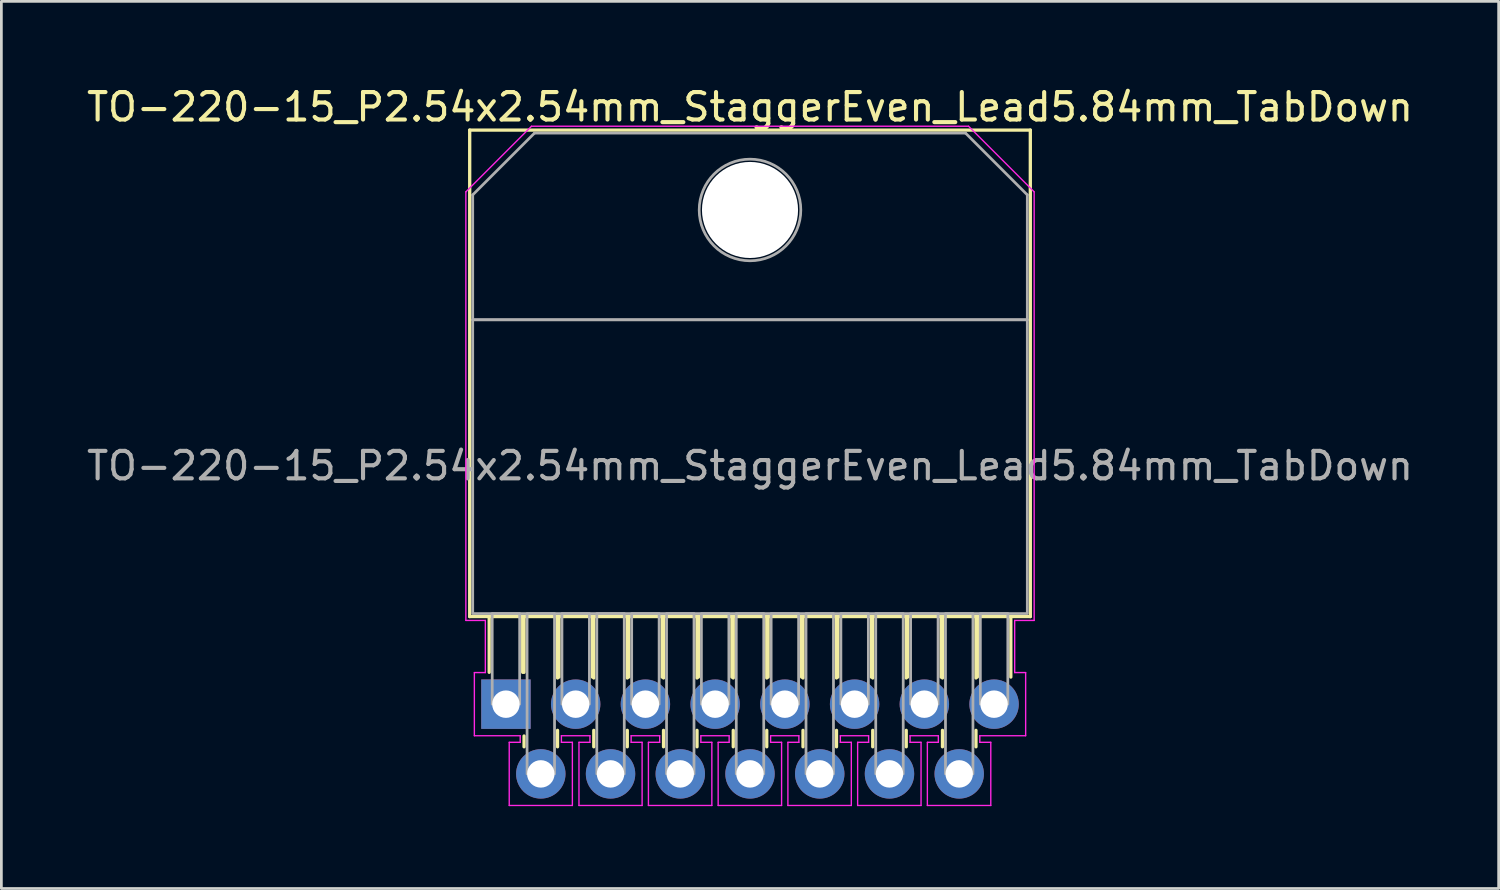
<source format=kicad_pcb>
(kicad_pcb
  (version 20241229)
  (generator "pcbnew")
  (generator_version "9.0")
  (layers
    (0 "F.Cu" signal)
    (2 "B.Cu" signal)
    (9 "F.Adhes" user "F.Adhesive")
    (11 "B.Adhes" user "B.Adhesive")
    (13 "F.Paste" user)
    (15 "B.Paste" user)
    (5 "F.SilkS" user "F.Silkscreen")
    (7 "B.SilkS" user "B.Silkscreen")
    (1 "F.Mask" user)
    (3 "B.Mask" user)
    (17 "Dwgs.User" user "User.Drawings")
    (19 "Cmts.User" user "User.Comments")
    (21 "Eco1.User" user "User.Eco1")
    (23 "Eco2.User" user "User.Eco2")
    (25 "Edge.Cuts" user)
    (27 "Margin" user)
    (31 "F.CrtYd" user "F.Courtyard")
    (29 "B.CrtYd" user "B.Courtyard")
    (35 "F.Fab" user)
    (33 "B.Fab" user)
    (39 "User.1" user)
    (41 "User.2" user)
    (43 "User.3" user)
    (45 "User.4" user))
  (footprint "TO-220-15_P2.54x2.54mm_StaggerEven_Lead5.84mm_TabDown"
    (layer "F.Cu")
    (at 15.378 22.598)
    (property "Reference" "TO-220-15_P2.54x2.54mm_StaggerEven_Lead5.84mm_TabDown" (at 8.89 -21.75 0) (layer "F.SilkS") (effects (font (size 1 1) (thickness 0.15))))
    (attr through_hole)
    (fp_line (start -1.32 -20.91) (end 19.1 -20.91) (stroke (width 0.12) (type solid)) (layer "F.SilkS"))
    (fp_line (start -1.32 -3.19) (end -1.32 -20.91) (stroke (width 0.12) (type solid)) (layer "F.SilkS"))
    (fp_line (start -1.32 -3.19) (end 19.1 -3.19) (stroke (width 0.12) (type solid)) (layer "F.SilkS"))
    (fp_line (start -0.61 -3.19) (end -0.61 -1.16) (stroke (width 0.12) (type solid)) (layer "F.SilkS"))
    (fp_line (start 0.61 -3.19) (end 0.61 -1.16) (stroke (width 0.12) (type solid)) (layer "F.SilkS"))
    (fp_line (start 0.66 -3.19) (end 0.66 -1.16) (stroke (width 0.12) (type solid)) (layer "F.SilkS"))
    (fp_line (start 0.66 1.16) (end 0.66 1.553) (stroke (width 0.12) (type solid)) (layer "F.SilkS"))
    (fp_line (start 1.88 -3.19) (end 1.88 -0.954) (stroke (width 0.12) (type solid)) (layer "F.SilkS"))
    (fp_line (start 1.88 0.954) (end 1.88 1.553) (stroke (width 0.12) (type solid)) (layer "F.SilkS"))
    (fp_line (start 1.93 -3.19) (end 1.93 -0.987) (stroke (width 0.12) (type solid)) (layer "F.SilkS"))
    (fp_line (start 3.15 -3.19) (end 3.15 -0.987) (stroke (width 0.12) (type solid)) (layer "F.SilkS"))
    (fp_line (start 3.2 -3.19) (end 3.2 -0.954) (stroke (width 0.12) (type solid)) (layer "F.SilkS"))
    (fp_line (start 3.2 0.954) (end 3.2 1.553) (stroke (width 0.12) (type solid)) (layer "F.SilkS"))
    (fp_line (start 4.42 -3.19) (end 4.42 -0.954) (stroke (width 0.12) (type solid)) (layer "F.SilkS"))
    (fp_line (start 4.42 0.954) (end 4.42 1.553) (stroke (width 0.12) (type solid)) (layer "F.SilkS"))
    (fp_line (start 4.47 -3.19) (end 4.47 -0.987) (stroke (width 0.12) (type solid)) (layer "F.SilkS"))
    (fp_line (start 5.69 -3.19) (end 5.69 -0.987) (stroke (width 0.12) (type solid)) (layer "F.SilkS"))
    (fp_line (start 5.74 -3.19) (end 5.74 -0.954) (stroke (width 0.12) (type solid)) (layer "F.SilkS"))
    (fp_line (start 5.74 0.954) (end 5.74 1.553) (stroke (width 0.12) (type solid)) (layer "F.SilkS"))
    (fp_line (start 6.96 -3.19) (end 6.96 -0.954) (stroke (width 0.12) (type solid)) (layer "F.SilkS"))
    (fp_line (start 6.96 0.954) (end 6.96 1.553) (stroke (width 0.12) (type solid)) (layer "F.SilkS"))
    (fp_line (start 7.01 -3.19) (end 7.01 -0.987) (stroke (width 0.12) (type solid)) (layer "F.SilkS"))
    (fp_line (start 8.23 -3.19) (end 8.23 -0.987) (stroke (width 0.12) (type solid)) (layer "F.SilkS"))
    (fp_line (start 8.28 -3.19) (end 8.28 -0.954) (stroke (width 0.12) (type solid)) (layer "F.SilkS"))
    (fp_line (start 8.28 0.954) (end 8.28 1.553) (stroke (width 0.12) (type solid)) (layer "F.SilkS"))
    (fp_line (start 9.5 -3.19) (end 9.5 -0.954) (stroke (width 0.12) (type solid)) (layer "F.SilkS"))
    (fp_line (start 9.5 0.954) (end 9.5 1.553) (stroke (width 0.12) (type solid)) (layer "F.SilkS"))
    (fp_line (start 9.55 -3.19) (end 9.55 -0.987) (stroke (width 0.12) (type solid)) (layer "F.SilkS"))
    (fp_line (start 10.77 -3.19) (end 10.77 -0.987) (stroke (width 0.12) (type solid)) (layer "F.SilkS"))
    (fp_line (start 10.82 -3.19) (end 10.82 -0.954) (stroke (width 0.12) (type solid)) (layer "F.SilkS"))
    (fp_line (start 10.82 0.954) (end 10.82 1.553) (stroke (width 0.12) (type solid)) (layer "F.SilkS"))
    (fp_line (start 12.04 -3.19) (end 12.04 -0.954) (stroke (width 0.12) (type solid)) (layer "F.SilkS"))
    (fp_line (start 12.04 0.954) (end 12.04 1.553) (stroke (width 0.12) (type solid)) (layer "F.SilkS"))
    (fp_line (start 12.09 -3.19) (end 12.09 -0.987) (stroke (width 0.12) (type solid)) (layer "F.SilkS"))
    (fp_line (start 13.31 -3.19) (end 13.31 -0.987) (stroke (width 0.12) (type solid)) (layer "F.SilkS"))
    (fp_line (start 13.36 -3.19) (end 13.36 -0.954) (stroke (width 0.12) (type solid)) (layer "F.SilkS"))
    (fp_line (start 13.36 0.954) (end 13.36 1.553) (stroke (width 0.12) (type solid)) (layer "F.SilkS"))
    (fp_line (start 14.58 -3.19) (end 14.58 -0.954) (stroke (width 0.12) (type solid)) (layer "F.SilkS"))
    (fp_line (start 14.58 0.954) (end 14.58 1.553) (stroke (width 0.12) (type solid)) (layer "F.SilkS"))
    (fp_line (start 14.63 -3.19) (end 14.63 -0.987) (stroke (width 0.12) (type solid)) (layer "F.SilkS"))
    (fp_line (start 15.85 -3.19) (end 15.85 -0.987) (stroke (width 0.12) (type solid)) (layer "F.SilkS"))
    (fp_line (start 15.9 -3.19) (end 15.9 -0.954) (stroke (width 0.12) (type solid)) (layer "F.SilkS"))
    (fp_line (start 15.9 0.954) (end 15.9 1.553) (stroke (width 0.12) (type solid)) (layer "F.SilkS"))
    (fp_line (start 17.12 -3.19) (end 17.12 -0.954) (stroke (width 0.12) (type solid)) (layer "F.SilkS"))
    (fp_line (start 17.12 0.954) (end 17.12 1.553) (stroke (width 0.12) (type solid)) (layer "F.SilkS"))
    (fp_line (start 17.17 -3.19) (end 17.17 -0.987) (stroke (width 0.12) (type solid)) (layer "F.SilkS"))
    (fp_line (start 18.39 -3.19) (end 18.39 -0.987) (stroke (width 0.12) (type solid)) (layer "F.SilkS"))
    (fp_line (start 19.1 -3.19) (end 19.1 -20.91) (stroke (width 0.12) (type solid)) (layer "F.SilkS"))
    (fp_line (start -1.46 -18.66) (end 0.93 -21.05) (stroke (width 0.05) (type solid)) (layer "F.CrtYd"))
    (fp_line (start -1.46 -3.05) (end -1.46 -18.66) (stroke (width 0.05) (type solid)) (layer "F.CrtYd"))
    (fp_line (start -1.15 -1.15) (end -0.75 -1.15) (stroke (width 0.05) (type solid)) (layer "F.CrtYd"))
    (fp_line (start -1.15 1.15) (end -1.15 -1.15) (stroke (width 0.05) (type solid)) (layer "F.CrtYd"))
    (fp_line (start -0.75 -3.05) (end -1.46 -3.05) (stroke (width 0.05) (type solid)) (layer "F.CrtYd"))
    (fp_line (start -0.75 -1.15) (end -0.75 -3.05) (stroke (width 0.05) (type solid)) (layer "F.CrtYd"))
    (fp_line (start 0.12 1.39) (end 0.52 1.39) (stroke (width 0.05) (type solid)) (layer "F.CrtYd"))
    (fp_line (start 0.12 3.69) (end 0.12 1.39) (stroke (width 0.05) (type solid)) (layer "F.CrtYd"))
    (fp_line (start 0.52 1.15) (end -1.15 1.15) (stroke (width 0.05) (type solid)) (layer "F.CrtYd"))
    (fp_line (start 0.52 1.39) (end 0.52 1.15) (stroke (width 0.05) (type solid)) (layer "F.CrtYd"))
    (fp_line (start 0.93 -21.05) (end 16.85 -21.05) (stroke (width 0.05) (type solid)) (layer "F.CrtYd"))
    (fp_line (start 2.02 1.15) (end 2.02 1.39) (stroke (width 0.05) (type solid)) (layer "F.CrtYd"))
    (fp_line (start 2.02 1.39) (end 2.42 1.39) (stroke (width 0.05) (type solid)) (layer "F.CrtYd"))
    (fp_line (start 2.42 1.39) (end 2.42 3.69) (stroke (width 0.05) (type solid)) (layer "F.CrtYd"))
    (fp_line (start 2.42 3.69) (end 0.12 3.69) (stroke (width 0.05) (type solid)) (layer "F.CrtYd"))
    (fp_line (start 2.66 1.39) (end 3.06 1.39) (stroke (width 0.05) (type solid)) (layer "F.CrtYd"))
    (fp_line (start 2.66 3.69) (end 2.66 1.39) (stroke (width 0.05) (type solid)) (layer "F.CrtYd"))
    (fp_line (start 3.06 1.15) (end 2.02 1.15) (stroke (width 0.05) (type solid)) (layer "F.CrtYd"))
    (fp_line (start 3.06 1.39) (end 3.06 1.15) (stroke (width 0.05) (type solid)) (layer "F.CrtYd"))
    (fp_line (start 4.56 1.15) (end 4.56 1.39) (stroke (width 0.05) (type solid)) (layer "F.CrtYd"))
    (fp_line (start 4.56 1.39) (end 4.96 1.39) (stroke (width 0.05) (type solid)) (layer "F.CrtYd"))
    (fp_line (start 4.96 1.39) (end 4.96 3.69) (stroke (width 0.05) (type solid)) (layer "F.CrtYd"))
    (fp_line (start 4.96 3.69) (end 2.66 3.69) (stroke (width 0.05) (type solid)) (layer "F.CrtYd"))
    (fp_line (start 5.19 1.39) (end 5.6 1.39) (stroke (width 0.05) (type solid)) (layer "F.CrtYd"))
    (fp_line (start 5.19 3.69) (end 5.19 1.39) (stroke (width 0.05) (type solid)) (layer "F.CrtYd"))
    (fp_line (start 5.6 1.15) (end 4.56 1.15) (stroke (width 0.05) (type solid)) (layer "F.CrtYd"))
    (fp_line (start 5.6 1.39) (end 5.6 1.15) (stroke (width 0.05) (type solid)) (layer "F.CrtYd"))
    (fp_line (start 7.1 1.15) (end 7.1 1.39) (stroke (width 0.05) (type solid)) (layer "F.CrtYd"))
    (fp_line (start 7.1 1.39) (end 7.5 1.39) (stroke (width 0.05) (type solid)) (layer "F.CrtYd"))
    (fp_line (start 7.5 1.39) (end 7.5 3.69) (stroke (width 0.05) (type solid)) (layer "F.CrtYd"))
    (fp_line (start 7.5 3.69) (end 5.19 3.69) (stroke (width 0.05) (type solid)) (layer "F.CrtYd"))
    (fp_line (start 7.73 1.39) (end 8.13 1.39) (stroke (width 0.05) (type solid)) (layer "F.CrtYd"))
    (fp_line (start 7.73 3.69) (end 7.73 1.39) (stroke (width 0.05) (type solid)) (layer "F.CrtYd"))
    (fp_line (start 8.13 1.15) (end 7.1 1.15) (stroke (width 0.05) (type solid)) (layer "F.CrtYd"))
    (fp_line (start 8.13 1.39) (end 8.13 1.15) (stroke (width 0.05) (type solid)) (layer "F.CrtYd"))
    (fp_line (start 9.64 1.15) (end 9.64 1.39) (stroke (width 0.05) (type solid)) (layer "F.CrtYd"))
    (fp_line (start 9.64 1.39) (end 10.04 1.39) (stroke (width 0.05) (type solid)) (layer "F.CrtYd"))
    (fp_line (start 10.04 1.39) (end 10.04 3.69) (stroke (width 0.05) (type solid)) (layer "F.CrtYd"))
    (fp_line (start 10.04 3.69) (end 7.73 3.69) (stroke (width 0.05) (type solid)) (layer "F.CrtYd"))
    (fp_line (start 10.27 1.39) (end 10.67 1.39) (stroke (width 0.05) (type solid)) (layer "F.CrtYd"))
    (fp_line (start 10.27 3.69) (end 10.27 1.39) (stroke (width 0.05) (type solid)) (layer "F.CrtYd"))
    (fp_line (start 10.67 1.15) (end 9.64 1.15) (stroke (width 0.05) (type solid)) (layer "F.CrtYd"))
    (fp_line (start 10.67 1.39) (end 10.67 1.15) (stroke (width 0.05) (type solid)) (layer "F.CrtYd"))
    (fp_line (start 12.18 1.15) (end 12.18 1.39) (stroke (width 0.05) (type solid)) (layer "F.CrtYd"))
    (fp_line (start 12.18 1.39) (end 12.58 1.39) (stroke (width 0.05) (type solid)) (layer "F.CrtYd"))
    (fp_line (start 12.58 1.39) (end 12.58 3.69) (stroke (width 0.05) (type solid)) (layer "F.CrtYd"))
    (fp_line (start 12.58 3.69) (end 10.27 3.69) (stroke (width 0.05) (type solid)) (layer "F.CrtYd"))
    (fp_line (start 12.81 1.39) (end 13.21 1.39) (stroke (width 0.05) (type solid)) (layer "F.CrtYd"))
    (fp_line (start 12.81 3.69) (end 12.81 1.39) (stroke (width 0.05) (type solid)) (layer "F.CrtYd"))
    (fp_line (start 13.21 1.15) (end 12.18 1.15) (stroke (width 0.05) (type solid)) (layer "F.CrtYd"))
    (fp_line (start 13.21 1.39) (end 13.21 1.15) (stroke (width 0.05) (type solid)) (layer "F.CrtYd"))
    (fp_line (start 14.72 1.15) (end 14.72 1.39) (stroke (width 0.05) (type solid)) (layer "F.CrtYd"))
    (fp_line (start 14.72 1.39) (end 15.12 1.39) (stroke (width 0.05) (type solid)) (layer "F.CrtYd"))
    (fp_line (start 15.12 1.39) (end 15.12 3.69) (stroke (width 0.05) (type solid)) (layer "F.CrtYd"))
    (fp_line (start 15.12 3.69) (end 12.81 3.69) (stroke (width 0.05) (type solid)) (layer "F.CrtYd"))
    (fp_line (start 15.35 1.39) (end 15.75 1.39) (stroke (width 0.05) (type solid)) (layer "F.CrtYd"))
    (fp_line (start 15.35 3.69) (end 15.35 1.39) (stroke (width 0.05) (type solid)) (layer "F.CrtYd"))
    (fp_line (start 15.75 1.15) (end 14.72 1.15) (stroke (width 0.05) (type solid)) (layer "F.CrtYd"))
    (fp_line (start 15.75 1.39) (end 15.75 1.15) (stroke (width 0.05) (type solid)) (layer "F.CrtYd"))
    (fp_line (start 16.85 -21.05) (end 19.24 -18.66) (stroke (width 0.05) (type solid)) (layer "F.CrtYd"))
    (fp_line (start 17.26 1.15) (end 17.26 1.39) (stroke (width 0.05) (type solid)) (layer "F.CrtYd"))
    (fp_line (start 17.26 1.39) (end 17.66 1.39) (stroke (width 0.05) (type solid)) (layer "F.CrtYd"))
    (fp_line (start 17.66 1.39) (end 17.66 3.69) (stroke (width 0.05) (type solid)) (layer "F.CrtYd"))
    (fp_line (start 17.66 3.69) (end 15.35 3.69) (stroke (width 0.05) (type solid)) (layer "F.CrtYd"))
    (fp_line (start 18.53 -3.05) (end 18.53 -1.15) (stroke (width 0.05) (type solid)) (layer "F.CrtYd"))
    (fp_line (start 18.53 -1.15) (end 18.93 -1.15) (stroke (width 0.05) (type solid)) (layer "F.CrtYd"))
    (fp_line (start 18.93 -1.15) (end 18.93 1.15) (stroke (width 0.05) (type solid)) (layer "F.CrtYd"))
    (fp_line (start 18.93 1.15) (end 17.26 1.15) (stroke (width 0.05) (type solid)) (layer "F.CrtYd"))
    (fp_line (start 19.24 -18.66) (end 19.24 -3.05) (stroke (width 0.05) (type solid)) (layer "F.CrtYd"))
    (fp_line (start 19.24 -3.05) (end 18.53 -3.05) (stroke (width 0.05) (type solid)) (layer "F.CrtYd"))
    (fp_line (start -1.21 -18.55) (end 1.04 -20.8) (stroke (width 0.1) (type solid)) (layer "F.Fab"))
    (fp_line (start -1.21 -14) (end -1.21 -18.55) (stroke (width 0.1) (type solid)) (layer "F.Fab"))
    (fp_line (start 1.04 -20.8) (end 16.74 -20.8) (stroke (width 0.1) (type solid)) (layer "F.Fab"))
    (fp_line (start 16.74 -20.8) (end 18.99 -18.55) (stroke (width 0.1) (type solid)) (layer "F.Fab"))
    (fp_line (start 18.99 -18.55) (end 18.99 -14) (stroke (width 0.1) (type solid)) (layer "F.Fab"))
    (fp_line (start 18.99 -14) (end -1.21 -14) (stroke (width 0.1) (type solid)) (layer "F.Fab"))
    (fp_rect (start -1.21 -14) (end 18.99 -3.3) (stroke (width 0.1) (type solid)) (fill no) (layer "F.Fab"))
    (fp_rect (start -0.5 -3.3) (end 0.5 0) (stroke (width 0.1) (type solid)) (fill no) (layer "F.Fab"))
    (fp_rect (start 0.77 -3.3) (end 1.77 2.54) (stroke (width 0.1) (type solid)) (fill no) (layer "F.Fab"))
    (fp_rect (start 2.04 -3.3) (end 3.04 0) (stroke (width 0.1) (type solid)) (fill no) (layer "F.Fab"))
    (fp_rect (start 3.31 -3.3) (end 4.31 2.54) (stroke (width 0.1) (type solid)) (fill no) (layer "F.Fab"))
    (fp_rect (start 4.58 -3.3) (end 5.58 0) (stroke (width 0.1) (type solid)) (fill no) (layer "F.Fab"))
    (fp_rect (start 5.85 -3.3) (end 6.85 2.54) (stroke (width 0.1) (type solid)) (fill no) (layer "F.Fab"))
    (fp_rect (start 7.12 -3.3) (end 8.12 0) (stroke (width 0.1) (type solid)) (fill no) (layer "F.Fab"))
    (fp_rect (start 8.39 -3.3) (end 9.39 2.54) (stroke (width 0.1) (type solid)) (fill no) (layer "F.Fab"))
    (fp_rect (start 9.66 -3.3) (end 10.66 0) (stroke (width 0.1) (type solid)) (fill no) (layer "F.Fab"))
    (fp_rect (start 10.93 -3.3) (end 11.93 2.54) (stroke (width 0.1) (type solid)) (fill no) (layer "F.Fab"))
    (fp_rect (start 12.2 -3.3) (end 13.2 0) (stroke (width 0.1) (type solid)) (fill no) (layer "F.Fab"))
    (fp_rect (start 13.47 -3.3) (end 14.47 2.54) (stroke (width 0.1) (type solid)) (fill no) (layer "F.Fab"))
    (fp_rect (start 14.74 -3.3) (end 15.74 0) (stroke (width 0.1) (type solid)) (fill no) (layer "F.Fab"))
    (fp_rect (start 16.01 -3.3) (end 17.01 2.54) (stroke (width 0.1) (type solid)) (fill no) (layer "F.Fab"))
    (fp_rect (start 17.28 -3.3) (end 18.28 0) (stroke (width 0.1) (type solid)) (fill no) (layer "F.Fab"))
    (fp_circle (center 8.89 -18) (end 10.74 -18) (stroke (width 0.1) (type solid)) (fill no) (layer "F.Fab"))
    (fp_text user "${REFERENCE}" (at 8.89 -8.68 0) (layer "F.Fab") (effects (font (size 1 1) (thickness 0.15))))
    (pad "" np_thru_hole circle (at 8.89 -18) (size 3.5 3.5) (drill 3.5) (layers "*.Cu" "*.Mask"))
    (pad "1" thru_hole rect (at 0 0) (size 1.8 1.8) (drill 1) (layers "*.Cu" "*.Mask"))
    (pad "2" thru_hole circle (at 1.27 2.54) (size 1.8 1.8) (drill 1) (layers "*.Cu" "*.Mask"))
    (pad "3" thru_hole circle (at 2.54 0) (size 1.8 1.8) (drill 1) (layers "*.Cu" "*.Mask"))
    (pad "4" thru_hole circle (at 3.81 2.54) (size 1.8 1.8) (drill 1) (layers "*.Cu" "*.Mask"))
    (pad "5" thru_hole circle (at 5.08 0) (size 1.8 1.8) (drill 1) (layers "*.Cu" "*.Mask"))
    (pad "6" thru_hole circle (at 6.35 2.54) (size 1.8 1.8) (drill 1) (layers "*.Cu" "*.Mask"))
    (pad "7" thru_hole circle (at 7.62 0) (size 1.8 1.8) (drill 1) (layers "*.Cu" "*.Mask"))
    (pad "8" thru_hole circle (at 8.89 2.54) (size 1.8 1.8) (drill 1) (layers "*.Cu" "*.Mask"))
    (pad "9" thru_hole circle (at 10.16 0) (size 1.8 1.8) (drill 1) (layers "*.Cu" "*.Mask"))
    (pad "10" thru_hole circle (at 11.43 2.54) (size 1.8 1.8) (drill 1) (layers "*.Cu" "*.Mask"))
    (pad "11" thru_hole circle (at 12.7 0) (size 1.8 1.8) (drill 1) (layers "*.Cu" "*.Mask"))
    (pad "12" thru_hole circle (at 13.97 2.54) (size 1.8 1.8) (drill 1) (layers "*.Cu" "*.Mask"))
    (pad "13" thru_hole circle (at 15.24 0) (size 1.8 1.8) (drill 1) (layers "*.Cu" "*.Mask"))
    (pad "14" thru_hole circle (at 16.51 2.54) (size 1.8 1.8) (drill 1) (layers "*.Cu" "*.Mask"))
    (pad "15" thru_hole circle (at 17.78 0) (size 1.8 1.8) (drill 1) (layers "*.Cu" "*.Mask")))
  (gr_rect
    (start -3 -3)
    (end 51.536 29.313)
    (stroke (width 0.1) (type default))
    (fill no)
    (layer "Edge.Cuts")))
</source>
